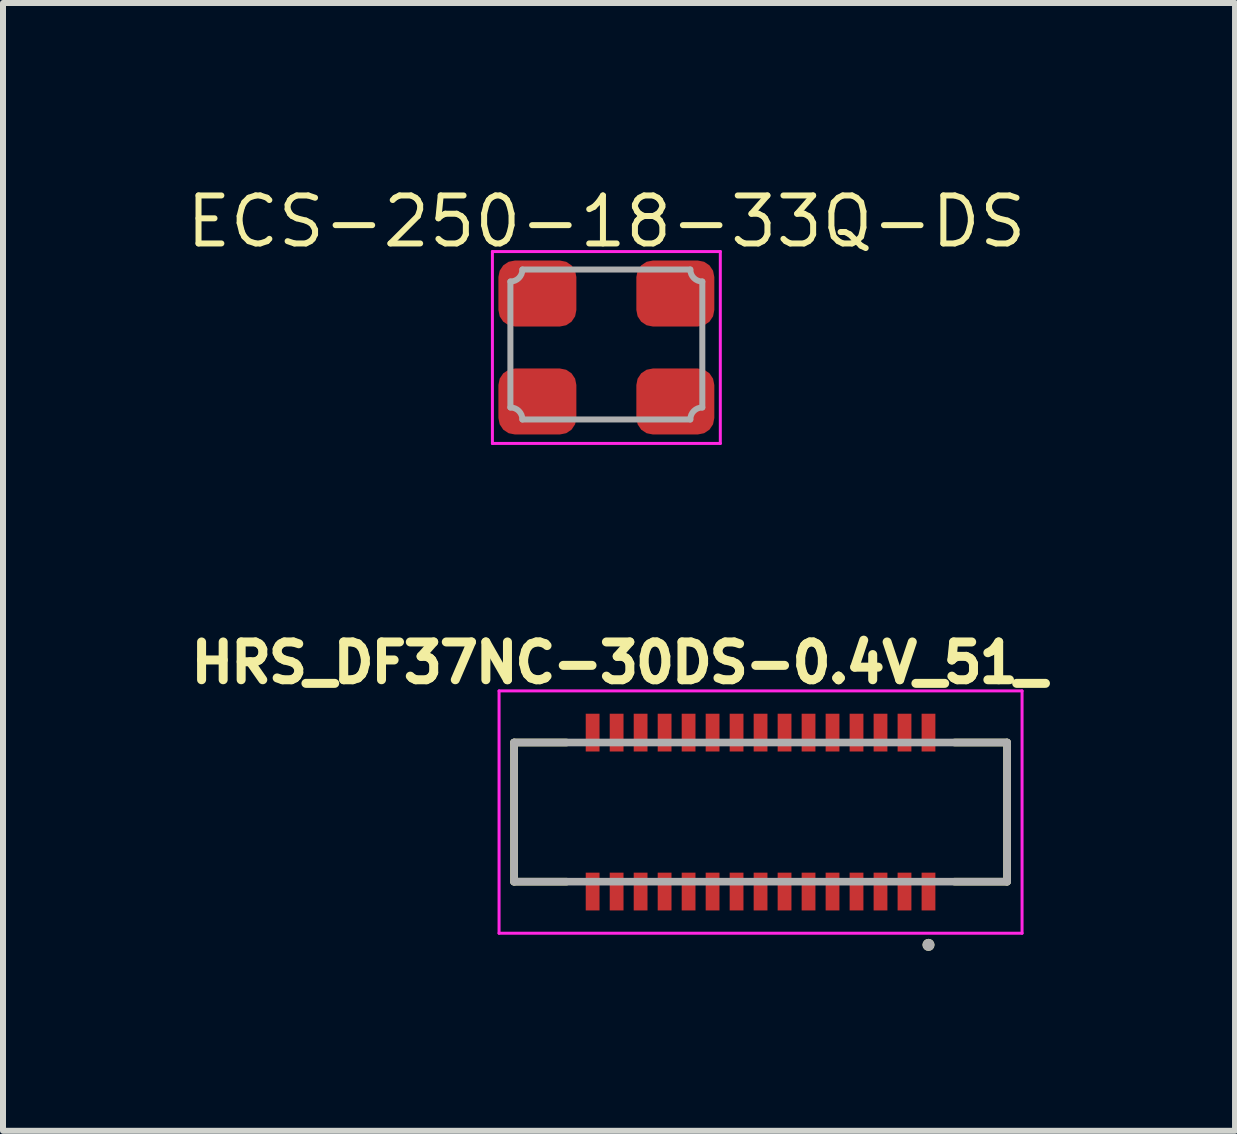
<source format=kicad_pcb>
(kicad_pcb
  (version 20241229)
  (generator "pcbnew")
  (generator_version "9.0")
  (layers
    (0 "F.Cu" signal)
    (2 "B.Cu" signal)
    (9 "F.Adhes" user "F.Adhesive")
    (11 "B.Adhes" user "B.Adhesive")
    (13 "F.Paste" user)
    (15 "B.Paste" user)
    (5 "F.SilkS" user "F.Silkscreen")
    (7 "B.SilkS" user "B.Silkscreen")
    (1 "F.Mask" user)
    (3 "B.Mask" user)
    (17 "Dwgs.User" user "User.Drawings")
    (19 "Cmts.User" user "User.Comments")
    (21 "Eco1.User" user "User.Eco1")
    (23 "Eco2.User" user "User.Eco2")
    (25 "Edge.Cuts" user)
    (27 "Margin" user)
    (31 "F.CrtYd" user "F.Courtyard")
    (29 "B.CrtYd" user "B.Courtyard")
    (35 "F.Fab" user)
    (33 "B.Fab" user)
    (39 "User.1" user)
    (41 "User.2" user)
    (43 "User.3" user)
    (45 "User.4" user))
  (footprint "HRS_DF37NC-30DS-0.4V_51_"
    (layer "F.Cu")
    (at 9.631 10.49)
    (property "Reference" "HRS_DF37NC-30DS-0.4V_51_" (at -2.36 -2.49 0) (layer "F.SilkS") (effects (font (size 0.63 0.63) (thickness 0.15))))
    (attr smd)
    (fp_poly (pts (xy -2.965 -1.69) (xy -2.635 -1.69) (xy -2.635 -0.96) (xy -2.965 -0.96)) (stroke (width 0.01) (type solid)) (fill yes) (layer "F.Mask"))
    (fp_poly (pts (xy -2.965 0.96) (xy -2.635 0.96) (xy -2.635 1.69) (xy -2.965 1.69)) (stroke (width 0.01) (type solid)) (fill yes) (layer "F.Mask"))
    (fp_poly (pts (xy -2.565 -1.69) (xy -2.235 -1.69) (xy -2.235 -0.96) (xy -2.565 -0.96)) (stroke (width 0.01) (type solid)) (fill yes) (layer "F.Mask"))
    (fp_poly (pts (xy -2.565 0.96) (xy -2.235 0.96) (xy -2.235 1.69) (xy -2.565 1.69)) (stroke (width 0.01) (type solid)) (fill yes) (layer "F.Mask"))
    (fp_poly (pts (xy -2.165 -1.69) (xy -1.835 -1.69) (xy -1.835 -0.96) (xy -2.165 -0.96)) (stroke (width 0.01) (type solid)) (fill yes) (layer "F.Mask"))
    (fp_poly (pts (xy -2.165 0.96) (xy -1.835 0.96) (xy -1.835 1.69) (xy -2.165 1.69)) (stroke (width 0.01) (type solid)) (fill yes) (layer "F.Mask"))
    (fp_poly (pts (xy -1.765 -1.69) (xy -1.435 -1.69) (xy -1.435 -0.96) (xy -1.765 -0.96)) (stroke (width 0.01) (type solid)) (fill yes) (layer "F.Mask"))
    (fp_poly (pts (xy -1.765 0.96) (xy -1.435 0.96) (xy -1.435 1.69) (xy -1.765 1.69)) (stroke (width 0.01) (type solid)) (fill yes) (layer "F.Mask"))
    (fp_poly (pts (xy -1.365 -1.69) (xy -1.035 -1.69) (xy -1.035 -0.96) (xy -1.365 -0.96)) (stroke (width 0.01) (type solid)) (fill yes) (layer "F.Mask"))
    (fp_poly (pts (xy -1.365 0.96) (xy -1.035 0.96) (xy -1.035 1.69) (xy -1.365 1.69)) (stroke (width 0.01) (type solid)) (fill yes) (layer "F.Mask"))
    (fp_poly (pts (xy -0.965 -1.69) (xy -0.635 -1.69) (xy -0.635 -0.96) (xy -0.965 -0.96)) (stroke (width 0.01) (type solid)) (fill yes) (layer "F.Mask"))
    (fp_poly (pts (xy -0.965 0.96) (xy -0.635 0.96) (xy -0.635 1.69) (xy -0.965 1.69)) (stroke (width 0.01) (type solid)) (fill yes) (layer "F.Mask"))
    (fp_poly (pts (xy -0.565 -1.69) (xy -0.235 -1.69) (xy -0.235 -0.96) (xy -0.565 -0.96)) (stroke (width 0.01) (type solid)) (fill yes) (layer "F.Mask"))
    (fp_poly (pts (xy -0.565 0.96) (xy -0.235 0.96) (xy -0.235 1.69) (xy -0.565 1.69)) (stroke (width 0.01) (type solid)) (fill yes) (layer "F.Mask"))
    (fp_poly (pts (xy -0.165 -1.69) (xy 0.165 -1.69) (xy 0.165 -0.96) (xy -0.165 -0.96)) (stroke (width 0.01) (type solid)) (fill yes) (layer "F.Mask"))
    (fp_poly (pts (xy -0.165 0.96) (xy 0.165 0.96) (xy 0.165 1.69) (xy -0.165 1.69)) (stroke (width 0.01) (type solid)) (fill yes) (layer "F.Mask"))
    (fp_poly (pts (xy 0.235 -1.69) (xy 0.565 -1.69) (xy 0.565 -0.96) (xy 0.235 -0.96)) (stroke (width 0.01) (type solid)) (fill yes) (layer "F.Mask"))
    (fp_poly (pts (xy 0.235 0.96) (xy 0.565 0.96) (xy 0.565 1.69) (xy 0.235 1.69)) (stroke (width 0.01) (type solid)) (fill yes) (layer "F.Mask"))
    (fp_poly (pts (xy 0.635 -1.69) (xy 0.965 -1.69) (xy 0.965 -0.96) (xy 0.635 -0.96)) (stroke (width 0.01) (type solid)) (fill yes) (layer "F.Mask"))
    (fp_poly (pts (xy 0.635 0.96) (xy 0.965 0.96) (xy 0.965 1.69) (xy 0.635 1.69)) (stroke (width 0.01) (type solid)) (fill yes) (layer "F.Mask"))
    (fp_poly (pts (xy 1.035 -1.69) (xy 1.365 -1.69) (xy 1.365 -0.96) (xy 1.035 -0.96)) (stroke (width 0.01) (type solid)) (fill yes) (layer "F.Mask"))
    (fp_poly (pts (xy 1.035 0.96) (xy 1.365 0.96) (xy 1.365 1.69) (xy 1.035 1.69)) (stroke (width 0.01) (type solid)) (fill yes) (layer "F.Mask"))
    (fp_poly (pts (xy 1.435 -1.69) (xy 1.765 -1.69) (xy 1.765 -0.96) (xy 1.435 -0.96)) (stroke (width 0.01) (type solid)) (fill yes) (layer "F.Mask"))
    (fp_poly (pts (xy 1.435 0.96) (xy 1.765 0.96) (xy 1.765 1.69) (xy 1.435 1.69)) (stroke (width 0.01) (type solid)) (fill yes) (layer "F.Mask"))
    (fp_poly (pts (xy 1.835 -1.69) (xy 2.165 -1.69) (xy 2.165 -0.96) (xy 1.835 -0.96)) (stroke (width 0.01) (type solid)) (fill yes) (layer "F.Mask"))
    (fp_poly (pts (xy 1.835 0.96) (xy 2.165 0.96) (xy 2.165 1.69) (xy 1.835 1.69)) (stroke (width 0.01) (type solid)) (fill yes) (layer "F.Mask"))
    (fp_poly (pts (xy 2.235 -1.69) (xy 2.565 -1.69) (xy 2.565 -0.96) (xy 2.235 -0.96)) (stroke (width 0.01) (type solid)) (fill yes) (layer "F.Mask"))
    (fp_poly (pts (xy 2.235 0.96) (xy 2.565 0.96) (xy 2.565 1.69) (xy 2.235 1.69)) (stroke (width 0.01) (type solid)) (fill yes) (layer "F.Mask"))
    (fp_poly (pts (xy 2.635 -1.69) (xy 2.965 -1.69) (xy 2.965 -0.96) (xy 2.635 -0.96)) (stroke (width 0.01) (type solid)) (fill yes) (layer "F.Mask"))
    (fp_poly (pts (xy 2.635 0.96) (xy 2.965 0.96) (xy 2.965 1.69) (xy 2.635 1.69)) (stroke (width 0.01) (type solid)) (fill yes) (layer "F.Mask"))
    (fp_line (start -4.11 -1.16) (end -3.235 -1.16) (stroke (width 0.127) (type solid)) (layer "F.SilkS"))
    (fp_line (start -4.11 1.16) (end -4.11 -1.16) (stroke (width 0.127) (type solid)) (layer "F.SilkS"))
    (fp_line (start -3.235 1.16) (end -4.11 1.16) (stroke (width 0.127) (type solid)) (layer "F.SilkS"))
    (fp_line (start 3.235 -1.16) (end 4.11 -1.16) (stroke (width 0.127) (type solid)) (layer "F.SilkS"))
    (fp_line (start 3.235 1.16) (end 4.11 1.16) (stroke (width 0.127) (type solid)) (layer "F.SilkS"))
    (fp_line (start 4.11 -1.16) (end 4.11 1.16) (stroke (width 0.127) (type solid)) (layer "F.SilkS"))
    (fp_circle (center 2.8 2.214) (end 2.85 2.214) (stroke (width 0.1) (type solid)) (fill no) (layer "F.SilkS"))
    (fp_poly (pts (xy -2.915 -1.77) (xy -2.685 -1.77) (xy -2.685 -1.14) (xy -2.915 -1.14)) (stroke (width 0.01) (type solid)) (fill yes) (layer "F.Paste"))
    (fp_poly (pts (xy -2.915 1.14) (xy -2.685 1.14) (xy -2.685 1.77) (xy -2.915 1.77)) (stroke (width 0.01) (type solid)) (fill yes) (layer "F.Paste"))
    (fp_poly (pts (xy -2.515 -1.77) (xy -2.285 -1.77) (xy -2.285 -1.14) (xy -2.515 -1.14)) (stroke (width 0.01) (type solid)) (fill yes) (layer "F.Paste"))
    (fp_poly (pts (xy -2.515 1.14) (xy -2.285 1.14) (xy -2.285 1.77) (xy -2.515 1.77)) (stroke (width 0.01) (type solid)) (fill yes) (layer "F.Paste"))
    (fp_poly (pts (xy -2.115 -1.77) (xy -1.885 -1.77) (xy -1.885 -1.14) (xy -2.115 -1.14)) (stroke (width 0.01) (type solid)) (fill yes) (layer "F.Paste"))
    (fp_poly (pts (xy -2.115 1.14) (xy -1.885 1.14) (xy -1.885 1.77) (xy -2.115 1.77)) (stroke (width 0.01) (type solid)) (fill yes) (layer "F.Paste"))
    (fp_poly (pts (xy -1.715 -1.77) (xy -1.485 -1.77) (xy -1.485 -1.14) (xy -1.715 -1.14)) (stroke (width 0.01) (type solid)) (fill yes) (layer "F.Paste"))
    (fp_poly (pts (xy -1.715 1.14) (xy -1.485 1.14) (xy -1.485 1.77) (xy -1.715 1.77)) (stroke (width 0.01) (type solid)) (fill yes) (layer "F.Paste"))
    (fp_poly (pts (xy -1.315 -1.77) (xy -1.085 -1.77) (xy -1.085 -1.14) (xy -1.315 -1.14)) (stroke (width 0.01) (type solid)) (fill yes) (layer "F.Paste"))
    (fp_poly (pts (xy -1.315 1.14) (xy -1.085 1.14) (xy -1.085 1.77) (xy -1.315 1.77)) (stroke (width 0.01) (type solid)) (fill yes) (layer "F.Paste"))
    (fp_poly (pts (xy -0.915 -1.77) (xy -0.685 -1.77) (xy -0.685 -1.14) (xy -0.915 -1.14)) (stroke (width 0.01) (type solid)) (fill yes) (layer "F.Paste"))
    (fp_poly (pts (xy -0.915 1.14) (xy -0.685 1.14) (xy -0.685 1.77) (xy -0.915 1.77)) (stroke (width 0.01) (type solid)) (fill yes) (layer "F.Paste"))
    (fp_poly (pts (xy -0.515 -1.77) (xy -0.285 -1.77) (xy -0.285 -1.14) (xy -0.515 -1.14)) (stroke (width 0.01) (type solid)) (fill yes) (layer "F.Paste"))
    (fp_poly (pts (xy -0.515 1.14) (xy -0.285 1.14) (xy -0.285 1.77) (xy -0.515 1.77)) (stroke (width 0.01) (type solid)) (fill yes) (layer "F.Paste"))
    (fp_poly (pts (xy -0.115 -1.77) (xy 0.115 -1.77) (xy 0.115 -1.14) (xy -0.115 -1.14)) (stroke (width 0.01) (type solid)) (fill yes) (layer "F.Paste"))
    (fp_poly (pts (xy -0.115 1.14) (xy 0.115 1.14) (xy 0.115 1.77) (xy -0.115 1.77)) (stroke (width 0.01) (type solid)) (fill yes) (layer "F.Paste"))
    (fp_poly (pts (xy 0.285 -1.77) (xy 0.515 -1.77) (xy 0.515 -1.14) (xy 0.285 -1.14)) (stroke (width 0.01) (type solid)) (fill yes) (layer "F.Paste"))
    (fp_poly (pts (xy 0.285 1.14) (xy 0.515 1.14) (xy 0.515 1.77) (xy 0.285 1.77)) (stroke (width 0.01) (type solid)) (fill yes) (layer "F.Paste"))
    (fp_poly (pts (xy 0.685 -1.77) (xy 0.915 -1.77) (xy 0.915 -1.14) (xy 0.685 -1.14)) (stroke (width 0.01) (type solid)) (fill yes) (layer "F.Paste"))
    (fp_poly (pts (xy 0.685 1.14) (xy 0.915 1.14) (xy 0.915 1.77) (xy 0.685 1.77)) (stroke (width 0.01) (type solid)) (fill yes) (layer "F.Paste"))
    (fp_poly (pts (xy 1.085 -1.77) (xy 1.315 -1.77) (xy 1.315 -1.14) (xy 1.085 -1.14)) (stroke (width 0.01) (type solid)) (fill yes) (layer "F.Paste"))
    (fp_poly (pts (xy 1.085 1.14) (xy 1.315 1.14) (xy 1.315 1.77) (xy 1.085 1.77)) (stroke (width 0.01) (type solid)) (fill yes) (layer "F.Paste"))
    (fp_poly (pts (xy 1.485 -1.77) (xy 1.715 -1.77) (xy 1.715 -1.14) (xy 1.485 -1.14)) (stroke (width 0.01) (type solid)) (fill yes) (layer "F.Paste"))
    (fp_poly (pts (xy 1.485 1.14) (xy 1.715 1.14) (xy 1.715 1.77) (xy 1.485 1.77)) (stroke (width 0.01) (type solid)) (fill yes) (layer "F.Paste"))
    (fp_poly (pts (xy 1.885 -1.77) (xy 2.115 -1.77) (xy 2.115 -1.14) (xy 1.885 -1.14)) (stroke (width 0.01) (type solid)) (fill yes) (layer "F.Paste"))
    (fp_poly (pts (xy 1.885 1.14) (xy 2.115 1.14) (xy 2.115 1.77) (xy 1.885 1.77)) (stroke (width 0.01) (type solid)) (fill yes) (layer "F.Paste"))
    (fp_poly (pts (xy 2.285 -1.77) (xy 2.515 -1.77) (xy 2.515 -1.14) (xy 2.285 -1.14)) (stroke (width 0.01) (type solid)) (fill yes) (layer "F.Paste"))
    (fp_poly (pts (xy 2.285 1.14) (xy 2.515 1.14) (xy 2.515 1.77) (xy 2.285 1.77)) (stroke (width 0.01) (type solid)) (fill yes) (layer "F.Paste"))
    (fp_poly (pts (xy 2.685 -1.77) (xy 2.915 -1.77) (xy 2.915 -1.14) (xy 2.685 -1.14)) (stroke (width 0.01) (type solid)) (fill yes) (layer "F.Paste"))
    (fp_poly (pts (xy 2.685 1.14) (xy 2.915 1.14) (xy 2.915 1.77) (xy 2.685 1.77)) (stroke (width 0.01) (type solid)) (fill yes) (layer "F.Paste"))
    (fp_line (start -4.36 -2.02) (end 4.36 -2.02) (stroke (width 0.05) (type solid)) (layer "F.CrtYd"))
    (fp_line (start -4.36 2.02) (end -4.36 -2.02) (stroke (width 0.05) (type solid)) (layer "F.CrtYd"))
    (fp_line (start 4.36 -2.02) (end 4.36 2.02) (stroke (width 0.05) (type solid)) (layer "F.CrtYd"))
    (fp_line (start 4.36 2.02) (end -4.36 2.02) (stroke (width 0.05) (type solid)) (layer "F.CrtYd"))
    (fp_line (start -4.11 -1.16) (end 4.11 -1.16) (stroke (width 0.127) (type solid)) (layer "F.Fab"))
    (fp_line (start -4.11 1.16) (end -4.11 -1.16) (stroke (width 0.127) (type solid)) (layer "F.Fab"))
    (fp_line (start 4.11 -1.16) (end 4.11 1.16) (stroke (width 0.127) (type solid)) (layer "F.Fab"))
    (fp_line (start 4.11 1.16) (end -4.11 1.16) (stroke (width 0.127) (type solid)) (layer "F.Fab"))
    (fp_circle (center 2.8 2.214) (end 2.85 2.214) (stroke (width 0.1) (type solid)) (fill no) (layer "F.Fab"))
    (pad "01" smd rect (at 2.8 1.325) (size 0.23 0.63) (layers "F.Cu"))
    (pad "02" smd rect (at 2.8 -1.325) (size 0.23 0.63) (layers "F.Cu"))
    (pad "03" smd rect (at 2.4 1.325) (size 0.23 0.63) (layers "F.Cu"))
    (pad "04" smd rect (at 2.4 -1.325) (size 0.23 0.63) (layers "F.Cu"))
    (pad "05" smd rect (at 2 1.325) (size 0.23 0.63) (layers "F.Cu"))
    (pad "06" smd rect (at 2 -1.325) (size 0.23 0.63) (layers "F.Cu"))
    (pad "07" smd rect (at 1.6 1.325) (size 0.23 0.63) (layers "F.Cu"))
    (pad "08" smd rect (at 1.6 -1.325) (size 0.23 0.63) (layers "F.Cu"))
    (pad "09" smd rect (at 1.2 1.325) (size 0.23 0.63) (layers "F.Cu"))
    (pad "10" smd rect (at 1.2 -1.325) (size 0.23 0.63) (layers "F.Cu"))
    (pad "11" smd rect (at 0.8 1.325) (size 0.23 0.63) (layers "F.Cu"))
    (pad "12" smd rect (at 0.8 -1.325) (size 0.23 0.63) (layers "F.Cu"))
    (pad "13" smd rect (at 0.4 1.325) (size 0.23 0.63) (layers "F.Cu"))
    (pad "14" smd rect (at 0.4 -1.325) (size 0.23 0.63) (layers "F.Cu"))
    (pad "15" smd rect (at 0 1.325) (size 0.23 0.63) (layers "F.Cu"))
    (pad "16" smd rect (at 0 -1.325) (size 0.23 0.63) (layers "F.Cu"))
    (pad "17" smd rect (at -0.4 1.325) (size 0.23 0.63) (layers "F.Cu"))
    (pad "18" smd rect (at -0.4 -1.325) (size 0.23 0.63) (layers "F.Cu"))
    (pad "19" smd rect (at -0.8 1.325) (size 0.23 0.63) (layers "F.Cu"))
    (pad "20" smd rect (at -0.8 -1.325) (size 0.23 0.63) (layers "F.Cu"))
    (pad "21" smd rect (at -1.2 1.325) (size 0.23 0.63) (layers "F.Cu"))
    (pad "22" smd rect (at -1.2 -1.325) (size 0.23 0.63) (layers "F.Cu"))
    (pad "23" smd rect (at -1.6 1.325) (size 0.23 0.63) (layers "F.Cu"))
    (pad "24" smd rect (at -1.6 -1.325) (size 0.23 0.63) (layers "F.Cu"))
    (pad "25" smd rect (at -2 1.325) (size 0.23 0.63) (layers "F.Cu"))
    (pad "26" smd rect (at -2 -1.325) (size 0.23 0.63) (layers "F.Cu"))
    (pad "27" smd rect (at -2.4 1.325) (size 0.23 0.63) (layers "F.Cu"))
    (pad "28" smd rect (at -2.4 -1.325) (size 0.23 0.63) (layers "F.Cu"))
    (pad "29" smd rect (at -2.8 1.325) (size 0.23 0.63) (layers "F.Cu"))
    (pad "30" smd rect (at -2.8 -1.325) (size 0.23 0.63) (layers "F.Cu")))
  (footprint "ECS-250-18-33Q-DS"
    (layer "F.Cu")
    (at 7.06 2.744)
    (property "Reference" "ECS-250-18-33Q-DS" (at 0 -2.1 0) (unlocked yes) (layer "F.SilkS") (effects (font (size 0.8 0.8) (thickness 0.1))))
    (attr smd)
    (fp_line (start -1.9 -1.6) (end -1.9 1.6) (stroke (width 0.05) (type default)) (layer "F.CrtYd"))
    (fp_line (start -1.9 1.6) (end 1.9 1.6) (stroke (width 0.05) (type default)) (layer "F.CrtYd"))
    (fp_line (start 1.9 -1.6) (end -1.9 -1.6) (stroke (width 0.05) (type default)) (layer "F.CrtYd"))
    (fp_line (start 1.9 1.6) (end 1.9 -1.6) (stroke (width 0.05) (type default)) (layer "F.CrtYd"))
    (fp_line (start -1.6 -1.1) (end -1.6 1) (stroke (width 0.1) (type default)) (layer "F.Fab"))
    (fp_line (start -1.4 1.2) (end 1.4 1.2) (stroke (width 0.1) (type default)) (layer "F.Fab"))
    (fp_line (start 1.4 -1.3) (end -1.4 -1.3) (stroke (width 0.1) (type default)) (layer "F.Fab"))
    (fp_line (start 1.6 1) (end 1.6 -1.1) (stroke (width 0.1) (type default)) (layer "F.Fab"))
    (fp_arc (start -1.6 1) (mid -1.458578 1.058578) (end -1.4 1.2) (stroke (width 0.1) (type default)) (layer "F.Fab"))
    (fp_arc (start -1.4 -1.3) (mid -1.458579 -1.158579) (end -1.6 -1.1) (stroke (width 0.1) (type default)) (layer "F.Fab"))
    (fp_arc (start 1.4 1.2) (mid 1.458579 1.058579) (end 1.6 1) (stroke (width 0.1) (type default)) (layer "F.Fab"))
    (fp_arc (start 1.6 -1.1) (mid 1.458579 -1.158579) (end 1.4 -1.3) (stroke (width 0.1) (type default)) (layer "F.Fab"))
    (pad "1" smd roundrect (at -1.15 0.9) (size 1.3 1.1) (layers "F.Cu" "F.Mask" "F.Paste") (roundrect_rratio 0.25))
    (pad "2" smd roundrect (at 1.15 0.9) (size 1.3 1.1) (layers "F.Cu" "F.Mask" "F.Paste") (roundrect_rratio 0.25))
    (pad "3" smd roundrect (at 1.15 -0.9) (size 1.3 1.1) (layers "F.Cu" "F.Mask" "F.Paste") (roundrect_rratio 0.25))
    (pad "4" smd roundrect (at -1.15 -0.9) (size 1.3 1.1) (layers "F.Cu" "F.Mask" "F.Paste") (roundrect_rratio 0.25)))
  (gr_rect
    (start -3 -3)
    (end 17.542 15.804)
    (stroke (width 0.1) (type default))
    (fill no)
    (layer "Edge.Cuts")))
</source>
